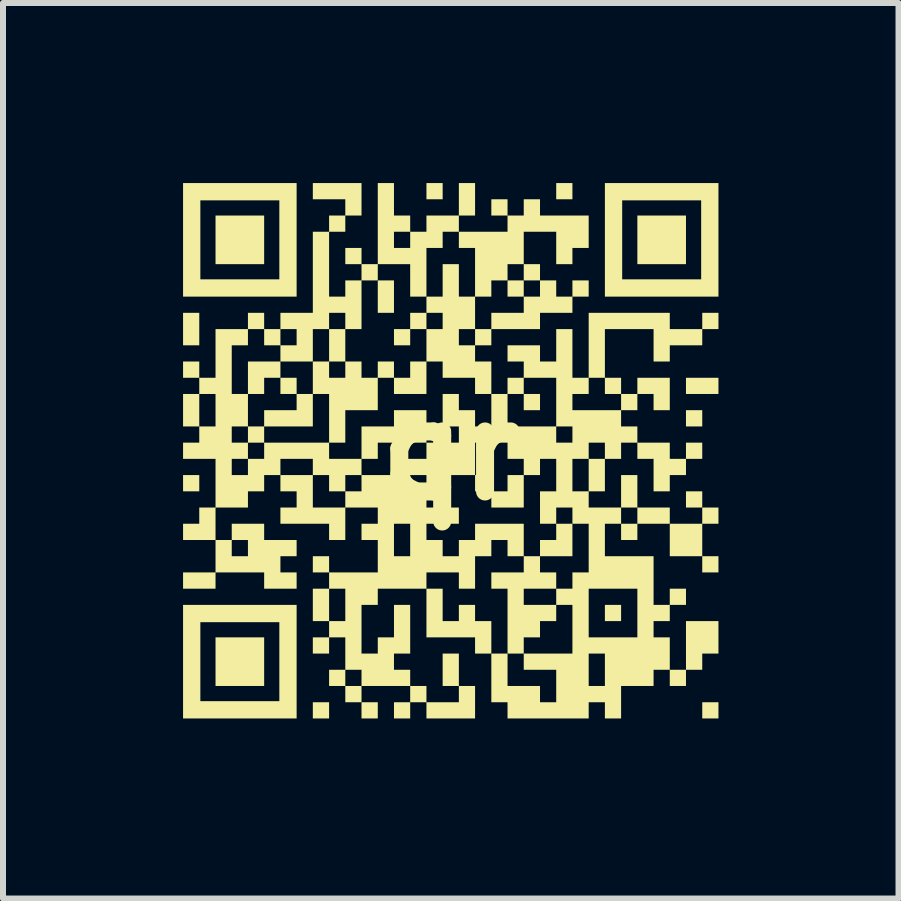
<source format=kicad_pcb>
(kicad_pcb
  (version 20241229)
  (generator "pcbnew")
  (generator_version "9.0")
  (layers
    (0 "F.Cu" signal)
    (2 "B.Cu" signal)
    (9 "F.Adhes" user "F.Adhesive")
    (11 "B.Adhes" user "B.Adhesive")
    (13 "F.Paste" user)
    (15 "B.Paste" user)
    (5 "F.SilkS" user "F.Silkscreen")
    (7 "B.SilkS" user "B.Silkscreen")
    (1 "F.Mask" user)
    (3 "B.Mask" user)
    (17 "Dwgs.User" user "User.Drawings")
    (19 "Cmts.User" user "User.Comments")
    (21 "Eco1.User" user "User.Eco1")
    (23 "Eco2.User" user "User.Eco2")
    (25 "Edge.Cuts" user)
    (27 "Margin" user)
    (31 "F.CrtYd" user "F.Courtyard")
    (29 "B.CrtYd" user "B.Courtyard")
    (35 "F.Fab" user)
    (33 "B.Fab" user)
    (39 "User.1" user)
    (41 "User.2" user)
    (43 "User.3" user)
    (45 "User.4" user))
  (footprint "qr"
    (layer "F.Cu")
    (at 4.46 4.46)
    (property "Reference" "qr" (at 0 0 0) (layer "F.SilkS") (effects (font (size 1.5 1.5) (thickness 0.3))))
    (attr board_only exclude_from_pos_files exclude_from_bom)
    (fp_poly (pts (xy -4.19 -2.027) (xy -4.19 -1.757) (xy -4.325 -1.757) (xy -4.46 -1.757) (xy -4.46 -2.027) (xy -4.46 -2.298) (xy -4.325 -2.298) (xy -4.19 -2.298)) (stroke (width 0) (type solid)) (fill yes) (layer "F.SilkS"))
    (fp_poly (pts (xy -4.19 0.541) (xy -4.19 0.676) (xy -4.325 0.676) (xy -4.46 0.676) (xy -4.46 0.541) (xy -4.46 0.405) (xy -4.325 0.405) (xy -4.19 0.405)) (stroke (width 0) (type solid)) (fill yes) (layer "F.SilkS"))
    (fp_poly (pts (xy -3.109 -3.514) (xy -3.109 -3.109) (xy -3.514 -3.109) (xy -3.919 -3.109) (xy -3.919 -3.514) (xy -3.919 -3.919) (xy -3.514 -3.919) (xy -3.109 -3.919)) (stroke (width 0) (type solid)) (fill yes) (layer "F.SilkS"))
    (fp_poly (pts (xy -3.109 3.514) (xy -3.109 3.919) (xy -3.514 3.919) (xy -3.919 3.919) (xy -3.919 3.514) (xy -3.919 3.109) (xy -3.514 3.109) (xy -3.109 3.109)) (stroke (width 0) (type solid)) (fill yes) (layer "F.SilkS"))
    (fp_poly (pts (xy -2.027 4.325) (xy -2.027 4.46) (xy -2.162 4.46) (xy -2.298 4.46) (xy -2.298 4.325) (xy -2.298 4.19) (xy -2.162 4.19) (xy -2.027 4.19)) (stroke (width 0) (type solid)) (fill yes) (layer "F.SilkS"))
    (fp_poly (pts (xy -1.216 4.325) (xy -1.216 4.46) (xy -1.352 4.46) (xy -1.487 4.46) (xy -1.487 4.325) (xy -1.487 4.19) (xy -1.352 4.19) (xy -1.216 4.19)) (stroke (width 0) (type solid)) (fill yes) (layer "F.SilkS"))
    (fp_poly (pts (xy -0.946 -2.568) (xy -0.946 -2.298) (xy -1.081 -2.298) (xy -1.216 -2.298) (xy -1.216 -2.568) (xy -1.216 -2.838) (xy -1.081 -2.838) (xy -0.946 -2.838)) (stroke (width 0) (type solid)) (fill yes) (layer "F.SilkS"))
    (fp_poly (pts (xy -0.135 -4.325) (xy -0.135 -4.19) (xy -0.27 -4.19) (xy -0.405 -4.19) (xy -0.405 -4.325) (xy -0.405 -4.46) (xy -0.27 -4.46) (xy -0.135 -4.46)) (stroke (width 0) (type solid)) (fill yes) (layer "F.SilkS"))
    (fp_poly (pts (xy 0.135 3.649) (xy 0.135 3.919) (xy 0 3.919) (xy -0.135 3.919) (xy -0.135 3.649) (xy -0.135 3.379) (xy 0 3.379) (xy 0.135 3.379)) (stroke (width 0) (type solid)) (fill yes) (layer "F.SilkS"))
    (fp_poly (pts (xy 1.216 -2.703) (xy 1.216 -2.568) (xy 1.081 -2.568) (xy 0.946 -2.568) (xy 0.946 -2.703) (xy 0.946 -2.838) (xy 1.081 -2.838) (xy 1.216 -2.838)) (stroke (width 0) (type solid)) (fill yes) (layer "F.SilkS"))
    (fp_poly (pts (xy 1.487 -2.973) (xy 1.487 -2.838) (xy 1.352 -2.838) (xy 1.216 -2.838) (xy 1.216 -2.973) (xy 1.216 -3.109) (xy 1.352 -3.109) (xy 1.487 -3.109)) (stroke (width 0) (type solid)) (fill yes) (layer "F.SilkS"))
    (fp_poly (pts (xy 1.487 -0.811) (xy 1.487 -0.676) (xy 1.352 -0.676) (xy 1.216 -0.676) (xy 1.216 -0.811) (xy 1.216 -0.946) (xy 1.352 -0.946) (xy 1.487 -0.946)) (stroke (width 0) (type solid)) (fill yes) (layer "F.SilkS"))
    (fp_poly (pts (xy 2.027 -4.325) (xy 2.027 -4.19) (xy 1.892 -4.19) (xy 1.757 -4.19) (xy 1.757 -4.325) (xy 1.757 -4.46) (xy 1.892 -4.46) (xy 2.027 -4.46)) (stroke (width 0) (type solid)) (fill yes) (layer "F.SilkS"))
    (fp_poly (pts (xy 2.838 2.703) (xy 2.838 2.838) (xy 2.703 2.838) (xy 2.568 2.838) (xy 2.568 2.703) (xy 2.568 2.568) (xy 2.703 2.568) (xy 2.838 2.568)) (stroke (width 0) (type solid)) (fill yes) (layer "F.SilkS"))
    (fp_poly (pts (xy 3.919 -3.514) (xy 3.919 -3.109) (xy 3.514 -3.109) (xy 3.109 -3.109) (xy 3.109 -3.514) (xy 3.109 -3.919) (xy 3.514 -3.919) (xy 3.919 -3.919)) (stroke (width 0) (type solid)) (fill yes) (layer "F.SilkS"))
    (fp_poly (pts (xy 4.19 -0.541) (xy 4.19 -0.405) (xy 4.055 -0.405) (xy 3.919 -0.405) (xy 3.919 -0.541) (xy 3.919 -0.676) (xy 4.055 -0.676) (xy 4.19 -0.676)) (stroke (width 0) (type solid)) (fill yes) (layer "F.SilkS"))
    (fp_poly (pts (xy 4.19 0.811) (xy 4.19 0.946) (xy 4.055 0.946) (xy 3.919 0.946) (xy 3.919 0.811) (xy 3.919 0.676) (xy 4.055 0.676) (xy 4.19 0.676)) (stroke (width 0) (type solid)) (fill yes) (layer "F.SilkS"))
    (fp_poly (pts (xy 4.46 -1.081) (xy 4.46 -0.946) (xy 4.19 -0.946) (xy 3.919 -0.946) (xy 3.919 -1.081) (xy 3.919 -1.216) (xy 4.19 -1.216) (xy 4.46 -1.216)) (stroke (width 0) (type solid)) (fill yes) (layer "F.SilkS"))
    (fp_poly (pts (xy 4.46 1.892) (xy 4.46 2.027) (xy 4.325 2.027) (xy 4.19 2.027) (xy 4.19 1.892) (xy 4.19 1.757) (xy 4.325 1.757) (xy 4.46 1.757)) (stroke (width 0) (type solid)) (fill yes) (layer "F.SilkS"))
    (fp_poly (pts (xy 4.46 4.325) (xy 4.46 4.46) (xy 4.325 4.46) (xy 4.19 4.46) (xy 4.19 4.325) (xy 4.19 4.19) (xy 4.325 4.19) (xy 4.46 4.19)) (stroke (width 0) (type solid)) (fill yes) (layer "F.SilkS"))
    (fp_poly (pts (xy -2.838 -1.352) (xy -2.838 -1.216) (xy -2.973 -1.216) (xy -3.109 -1.216) (xy -3.109 -1.081) (xy -3.109 -0.946) (xy -3.244 -0.946) (xy -3.379 -0.946) (xy -3.379 -1.216) (xy -3.379 -1.487) (xy -3.109 -1.487) (xy -2.838 -1.487)) (stroke (width 0) (type solid)) (fill yes) (layer "F.SilkS"))
    (fp_poly (pts (xy -0.405 -2.162) (xy -0.405 -2.027) (xy -0.541 -2.027) (xy -0.676 -2.027) (xy -0.676 -1.892) (xy -0.676 -1.757) (xy -0.811 -1.757) (xy -0.946 -1.757) (xy -0.946 -1.892) (xy -0.946 -2.027) (xy -0.811 -2.027) (xy -0.676 -2.027) (xy -0.676 -2.162) (xy -0.676 -2.298) (xy -0.541 -2.298) (xy -0.405 -2.298)) (stroke (width 0) (type solid)) (fill yes) (layer "F.SilkS"))
    (fp_poly (pts (xy -0.405 -0.405) (xy -0.405 -0.135) (xy -0.811 -0.135) (xy -1.216 -0.135) (xy -1.216 0) (xy -1.216 0.135) (xy -1.352 0.135) (xy -1.487 0.135) (xy -1.487 -0.135) (xy -1.487 -0.405) (xy -1.216 -0.405) (xy -0.946 -0.405) (xy -0.946 -0.541) (xy -0.946 -0.676) (xy -0.676 -0.676) (xy -0.405 -0.676)) (stroke (width 0) (type solid)) (fill yes) (layer "F.SilkS"))
    (fp_poly (pts (xy -2.568 -3.514) (xy -2.568 -2.568) (xy -3.514 -2.568) (xy -4.46 -2.568) (xy -4.46 -3.514) (xy -4.172 -3.514) (xy -4.172 -2.856) (xy -3.514 -2.856) (xy -2.856 -2.856) (xy -2.856 -3.514) (xy -2.856 -4.172) (xy -3.514 -4.172) (xy -4.172 -4.172) (xy -4.172 -3.514) (xy -4.46 -3.514) (xy -4.46 -4.46) (xy -3.514 -4.46) (xy -2.568 -4.46)) (stroke (width 0) (type solid)) (fill yes) (layer "F.SilkS"))
    (fp_poly (pts (xy -2.568 3.514) (xy -2.568 4.46) (xy -3.514 4.46) (xy -4.46 4.46) (xy -4.46 3.514) (xy -4.172 3.514) (xy -4.172 4.172) (xy -3.514 4.172) (xy -2.856 4.172) (xy -2.856 3.514) (xy -2.856 2.856) (xy -3.514 2.856) (xy -4.172 2.856) (xy -4.172 3.514) (xy -4.46 3.514) (xy -4.46 2.568) (xy -3.514 2.568) (xy -2.568 2.568)) (stroke (width 0) (type solid)) (fill yes) (layer "F.SilkS"))
    (fp_poly (pts (xy 4.46 -3.514) (xy 4.46 -2.568) (xy 3.514 -2.568) (xy 2.568 -2.568) (xy 2.568 -3.514) (xy 2.856 -3.514) (xy 2.856 -2.856) (xy 3.514 -2.856) (xy 4.172 -2.856) (xy 4.172 -3.514) (xy 4.172 -4.172) (xy 3.514 -4.172) (xy 2.856 -4.172) (xy 2.856 -3.514) (xy 2.568 -3.514) (xy 2.568 -4.46) (xy 3.514 -4.46) (xy 4.46 -4.46)) (stroke (width 0) (type solid)) (fill yes) (layer "F.SilkS"))
    (fp_poly (pts (xy 0.676 0.541) (xy 0.676 0.676) (xy 0.811 0.676) (xy 0.946 0.676) (xy 0.946 0.541) (xy 0.946 0.405) (xy 1.081 0.405) (xy 1.216 0.405) (xy 1.216 0.676) (xy 1.216 0.946) (xy 0.946 0.946) (xy 0.676 0.946) (xy 0.676 0.811) (xy 0.676 0.676) (xy 0.541 0.676) (xy 0.405 0.676) (xy 0.405 0.541) (xy 0.405 0.405) (xy 0.541 0.405) (xy 0.676 0.405)) (stroke (width 0) (type solid)) (fill yes) (layer "F.SilkS"))
    (fp_poly (pts (xy -0.135 2.568) (xy -0.135 2.838) (xy 0 2.838) (xy 0.135 2.838) (xy 0.135 2.703) (xy 0.135 2.568) (xy 0.27 2.568) (xy 0.405 2.568) (xy 0.405 2.703) (xy 0.405 2.838) (xy 0.541 2.838) (xy 0.676 2.838) (xy 0.676 3.109) (xy 0.676 3.379) (xy 0.541 3.379) (xy 0.405 3.379) (xy 0.405 3.244) (xy 0.405 3.109) (xy 0 3.109) (xy -0.405 3.109) (xy -0.405 2.703) (xy -0.405 2.298) (xy -0.27 2.298) (xy -0.135 2.298)) (stroke (width 0) (type solid)) (fill yes) (layer "F.SilkS"))
    (fp_poly (pts (xy -0.405 4.055) (xy -0.405 4.19) (xy -0.135 4.19) (xy 0.135 4.19) (xy 0.135 4.055) (xy 0.135 3.919) (xy 0.27 3.919) (xy 0.405 3.919) (xy 0.405 4.19) (xy 0.405 4.46) (xy 0 4.46) (xy -0.405 4.46) (xy -0.405 4.325) (xy -0.405 4.19) (xy -0.541 4.19) (xy -0.676 4.19) (xy -0.676 4.325) (xy -0.676 4.46) (xy -0.811 4.46) (xy -0.946 4.46) (xy -0.946 4.325) (xy -0.946 4.19) (xy -0.811 4.19) (xy -0.676 4.19) (xy -0.676 4.055) (xy -0.676 3.919) (xy -0.541 3.919) (xy -0.405 3.919)) (stroke (width 0) (type solid)) (fill yes) (layer "F.SilkS"))
    (fp_poly (pts (xy 3.649 0) (xy 3.649 0.135) (xy 3.784 0.135) (xy 3.919 0.135) (xy 3.919 0) (xy 3.919 -0.135) (xy 4.055 -0.135) (xy 4.19 -0.135) (xy 4.19 0) (xy 4.19 0.135) (xy 4.055 0.135) (xy 3.919 0.135) (xy 3.919 0.27) (xy 3.919 0.405) (xy 3.784 0.405) (xy 3.649 0.405) (xy 3.649 0.541) (xy 3.649 0.676) (xy 3.514 0.676) (xy 3.379 0.676) (xy 3.379 0.405) (xy 3.379 0.135) (xy 3.244 0.135) (xy 3.109 0.135) (xy 3.109 0) (xy 3.109 -0.135) (xy 3.379 -0.135) (xy 3.649 -0.135)) (stroke (width 0) (type solid)) (fill yes) (layer "F.SilkS"))
    (fp_poly (pts (xy 2.027 1.487) (xy 2.027 1.757) (xy 1.757 1.757) (xy 1.487 1.757) (xy 1.487 1.892) (xy 1.487 2.027) (xy 1.622 2.027) (xy 1.757 2.027) (xy 1.757 2.162) (xy 1.757 2.298) (xy 1.487 2.298) (xy 1.216 2.298) (xy 1.216 2.433) (xy 1.216 2.568) (xy 1.487 2.568) (xy 1.757 2.568) (xy 1.757 2.703) (xy 1.757 2.838) (xy 1.622 2.838) (xy 1.487 2.838) (xy 1.487 2.973) (xy 1.487 3.109) (xy 1.352 3.109) (xy 1.216 3.109) (xy 1.216 3.244) (xy 1.216 3.379) (xy 1.081 3.379) (xy 0.946 3.379) (xy 0.946 2.838) (xy 0.946 2.298) (xy 0.811 2.298) (xy 0.676 2.298) (xy 0.676 2.162) (xy 0.676 2.027) (xy 0.946 2.027) (xy 1.216 2.027) (xy 1.216 1.892) (xy 1.216 1.757) (xy 1.352 1.757) (xy 1.487 1.757) (xy 1.487 1.622) (xy 1.487 1.487) (xy 1.622 1.487) (xy 1.757 1.487) (xy 1.757 1.352) (xy 1.757 1.216) (xy 1.892 1.216) (xy 2.027 1.216)) (stroke (width 0) (type solid)) (fill yes) (layer "F.SilkS"))
    (fp_poly (pts (xy -1.757 -1.757) (xy -1.757 -1.487) (xy -1.892 -1.487) (xy -2.027 -1.487) (xy -2.027 -1.352) (xy -2.027 -1.216) (xy -1.892 -1.216) (xy -1.757 -1.216) (xy -1.757 -1.352) (xy -1.757 -1.487) (xy -1.622 -1.487) (xy -1.487 -1.487) (xy -1.487 -1.352) (xy -1.487 -1.216) (xy -1.352 -1.216) (xy -1.216 -1.216) (xy -1.216 -1.352) (xy -1.216 -1.487) (xy -1.081 -1.487) (xy -0.946 -1.487) (xy -0.946 -1.352) (xy -0.946 -1.216) (xy -0.811 -1.216) (xy -0.676 -1.216) (xy -0.676 -1.352) (xy -0.676 -1.487) (xy -0.541 -1.487) (xy -0.405 -1.487) (xy -0.405 -1.216) (xy -0.405 -0.946) (xy -0.676 -0.946) (xy -0.946 -0.946) (xy -0.946 -1.081) (xy -0.946 -1.216) (xy -1.081 -1.216) (xy -1.216 -1.216) (xy -1.216 -0.946) (xy -1.216 -0.676) (xy -1.487 -0.676) (xy -1.757 -0.676) (xy -1.757 -0.405) (xy -1.757 -0.135) (xy -1.892 -0.135) (xy -2.027 -0.135) (xy -2.027 -0.541) (xy -2.027 -0.946) (xy -2.162 -0.946) (xy -2.298 -0.946) (xy -2.298 -0.676) (xy -2.298 -0.405) (xy -2.703 -0.405) (xy -3.109 -0.405) (xy -3.109 -0.27) (xy -3.109 -0.135) (xy -3.244 -0.135) (xy -3.379 -0.135) (xy -3.379 -0.27) (xy -3.379 -0.405) (xy -3.244 -0.405) (xy -3.109 -0.405) (xy -3.109 -0.541) (xy -3.109 -0.676) (xy -2.838 -0.676) (xy -2.568 -0.676) (xy -2.568 -0.811) (xy -2.568 -0.946) (xy -2.703 -0.946) (xy -2.838 -0.946) (xy -2.838 -1.081) (xy -2.838 -1.216) (xy -2.703 -1.216) (xy -2.568 -1.216) (xy -2.568 -1.081) (xy -2.568 -0.946) (xy -2.433 -0.946) (xy -2.298 -0.946) (xy -2.298 -1.216) (xy -2.298 -1.487) (xy -2.162 -1.487) (xy -2.027 -1.487) (xy -2.027 -1.757) (xy -2.027 -2.027) (xy -1.892 -2.027) (xy -1.757 -2.027)) (stroke (width 0) (type solid)) (fill yes) (layer "F.SilkS"))
    (fp_poly (pts (xy -1.487 -4.19) (xy -1.487 -3.919) (xy -1.622 -3.919) (xy -1.757 -3.919) (xy -1.757 -3.784) (xy -1.757 -3.649) (xy -1.892 -3.649) (xy -2.027 -3.649) (xy -2.027 -3.109) (xy -2.027 -2.568) (xy -1.892 -2.568) (xy -1.757 -2.568) (xy -1.757 -2.703) (xy -1.757 -2.838) (xy -1.622 -2.838) (xy -1.487 -2.838) (xy -1.487 -2.973) (xy -1.487 -3.109) (xy -1.622 -3.109) (xy -1.757 -3.109) (xy -1.757 -3.244) (xy -1.757 -3.379) (xy -1.622 -3.379) (xy -1.487 -3.379) (xy -1.487 -3.244) (xy -1.487 -3.109) (xy -1.352 -3.109) (xy -1.216 -3.109) (xy -1.216 -3.514) (xy -0.946 -3.514) (xy -0.946 -3.379) (xy -0.811 -3.379) (xy -0.676 -3.379) (xy -0.676 -3.514) (xy -0.676 -3.649) (xy -0.811 -3.649) (xy -0.946 -3.649) (xy -0.946 -3.514) (xy -1.216 -3.514) (xy -1.216 -3.784) (xy -1.216 -4.46) (xy -1.081 -4.46) (xy -0.946 -4.46) (xy -0.946 -4.19) (xy -0.946 -3.919) (xy -0.811 -3.919) (xy -0.676 -3.919) (xy -0.676 -3.784) (xy -0.676 -3.649) (xy -0.541 -3.649) (xy -0.405 -3.649) (xy -0.405 -3.784) (xy -0.405 -3.919) (xy -0.135 -3.919) (xy 0.135 -3.919) (xy 0.135 -4.19) (xy 0.135 -4.46) (xy 0.27 -4.46) (xy 0.405 -4.46) (xy 0.405 -4.19) (xy 0.405 -3.919) (xy 0.27 -3.919) (xy 0.135 -3.919) (xy 0.135 -3.784) (xy 0.135 -3.649) (xy 0.541 -3.649) (xy 0.946 -3.649) (xy 0.946 -3.784) (xy 0.946 -3.919) (xy 0.811 -3.919) (xy 0.676 -3.919) (xy 0.676 -4.055) (xy 0.676 -4.19) (xy 0.811 -4.19) (xy 0.946 -4.19) (xy 0.946 -4.055) (xy 0.946 -3.919) (xy 1.081 -3.919) (xy 1.216 -3.919) (xy 1.216 -4.055) (xy 1.216 -4.19) (xy 1.352 -4.19) (xy 1.487 -4.19) (xy 1.487 -4.055) (xy 1.487 -3.919) (xy 1.892 -3.919) (xy 2.298 -3.919) (xy 2.298 -3.649) (xy 2.298 -3.379) (xy 2.162 -3.379) (xy 2.027 -3.379) (xy 2.027 -3.244) (xy 2.027 -3.109) (xy 1.892 -3.109) (xy 1.757 -3.109) (xy 1.757 -3.379) (xy 1.757 -3.649) (xy 1.487 -3.649) (xy 1.216 -3.649) (xy 1.216 -3.379) (xy 1.216 -3.109) (xy 1.081 -3.109) (xy 0.946 -3.109) (xy 0.946 -2.973) (xy 0.946 -2.838) (xy 0.811 -2.838) (xy 0.676 -2.838) (xy 0.676 -2.703) (xy 0.676 -2.568) (xy 0.541 -2.568) (xy 0.405 -2.568) (xy 0.405 -2.973) (xy 0.405 -3.379) (xy 0.27 -3.379) (xy 0.135 -3.379) (xy 0.135 -3.514) (xy 0.135 -3.649) (xy 0 -3.649) (xy -0.135 -3.649) (xy -0.135 -3.514) (xy -0.135 -3.379) (xy -0.27 -3.379) (xy -0.405 -3.379) (xy -0.405 -2.973) (xy -0.405 -2.568) (xy -0.541 -2.568) (xy -0.676 -2.568) (xy -0.676 -2.838) (xy -0.676 -3.109) (xy -0.946 -3.109) (xy -1.216 -3.109) (xy -1.216 -2.973) (xy -1.216 -2.838) (xy -1.352 -2.838) (xy -1.487 -2.838) (xy -1.487 -2.433) (xy -1.487 -2.027) (xy -1.622 -2.027) (xy -1.757 -2.027) (xy -1.757 -2.162) (xy -1.757 -2.298) (xy -1.892 -2.298) (xy -2.027 -2.298) (xy -2.027 -2.162) (xy -2.027 -2.027) (xy -2.162 -2.027) (xy -2.298 -2.027) (xy -2.298 -1.757) (xy -2.298 -1.487) (xy -2.568 -1.487) (xy -2.838 -1.487) (xy -2.838 -1.622) (xy -2.838 -1.757) (xy -2.703 -1.757) (xy -2.568 -1.757) (xy -2.568 -1.892) (xy -2.568 -2.027) (xy -2.703 -2.027) (xy -2.838 -2.027) (xy -2.838 -1.892) (xy -2.838 -1.757) (xy -2.973 -1.757) (xy -3.109 -1.757) (xy -3.109 -1.892) (xy -3.109 -2.027) (xy -3.244 -2.027) (xy -3.379 -2.027) (xy -3.379 -1.892) (xy -3.379 -1.757) (xy -3.514 -1.757) (xy -3.649 -1.757) (xy -3.649 -1.352) (xy -3.649 -0.946) (xy -3.514 -0.946) (xy -3.379 -0.946) (xy -3.379 -0.676) (xy -3.379 -0.405) (xy -3.514 -0.405) (xy -3.649 -0.405) (xy -3.649 -0.27) (xy -3.649 -0.135) (xy -3.514 -0.135) (xy -3.379 -0.135) (xy -3.379 0) (xy -3.379 0.135) (xy -3.514 0.135) (xy -3.649 0.135) (xy -3.649 0.27) (xy -3.649 0.405) (xy -3.514 0.405) (xy -3.379 0.405) (xy -3.379 0.27) (xy -2.838 0.27) (xy -2.838 0.405) (xy -2.568 0.405) (xy -2.298 0.405) (xy -2.298 0.27) (xy -2.298 0.135) (xy -2.568 0.135) (xy -2.838 0.135) (xy -2.838 0.27) (xy -3.379 0.27) (xy -3.379 0.135) (xy -3.244 0.135) (xy -3.109 0.135) (xy -3.109 0) (xy -3.109 -0.135) (xy -2.568 -0.135) (xy -2.027 -0.135) (xy -2.027 0) (xy -2.027 0.135) (xy -1.757 0.135) (xy -1.487 0.135) (xy -1.487 0.27) (xy -1.487 0.405) (xy -1.622 0.405) (xy -1.757 0.405) (xy -1.757 0.541) (xy -1.757 0.676) (xy -1.892 0.676) (xy -2.027 0.676) (xy -2.027 0.541) (xy -2.027 0.405) (xy -2.162 0.405) (xy -2.298 0.405) (xy -2.298 0.676) (xy -2.298 0.946) (xy -2.027 0.946) (xy -1.757 0.946) (xy -1.757 0.811) (xy -1.757 0.676) (xy -1.622 0.676) (xy -1.487 0.676) (xy -1.487 0.541) (xy -1.487 0.405) (xy -1.216 0.405) (xy -0.946 0.405) (xy -0.946 0.27) (xy -0.946 0.135) (xy -0.676 0.135) (xy -0.405 0.135) (xy -0.405 0) (xy -0.405 -0.135) (xy -0.135 -0.135) (xy 0.135 -0.135) (xy 0.135 -0.27) (xy 1.757 -0.27) (xy 1.757 -0.135) (xy 1.892 -0.135) (xy 2.027 -0.135) (xy 2.027 -0.27) (xy 2.027 -0.405) (xy 1.892 -0.405) (xy 1.757 -0.405) (xy 1.757 -0.27) (xy 0.135 -0.27) (xy 0.135 -0.405) (xy 0 -0.405) (xy -0.135 -0.405) (xy -0.135 -0.676) (xy -0.135 -0.946) (xy 0 -0.946) (xy 0.135 -0.946) (xy 0.135 -0.811) (xy 0.135 -0.676) (xy 0.27 -0.676) (xy 0.405 -0.676) (xy 0.405 -0.541) (xy 0.405 -0.405) (xy 0.541 -0.405) (xy 0.676 -0.405) (xy 0.676 -0.676) (xy 0.676 -0.946) (xy 0.541 -0.946) (xy 0.405 -0.946) (xy 0.405 -1.081) (xy 0.405 -1.216) (xy 0.135 -1.216) (xy -0.135 -1.216) (xy -0.135 -1.352) (xy -0.135 -1.487) (xy -0.27 -1.487) (xy -0.405 -1.487) (xy -0.405 -1.757) (xy -0.405 -2.027) (xy -0.27 -2.027) (xy -0.135 -2.027) (xy -0.135 -2.162) (xy -0.135 -2.298) (xy -0.27 -2.298) (xy -0.405 -2.298) (xy -0.405 -2.433) (xy -0.405 -2.568) (xy -0.27 -2.568) (xy -0.135 -2.568) (xy -0.135 -2.838) (xy -0.135 -3.109) (xy 0 -3.109) (xy 0.135 -3.109) (xy 0.135 -2.838) (xy 0.135 -2.568) (xy 0.27 -2.568) (xy 0.405 -2.568) (xy 0.405 -2.298) (xy 0.405 -2.027) (xy 0.27 -2.027) (xy 0.135 -2.027) (xy 0.135 -1.892) (xy 0.135 -1.757) (xy 0.27 -1.757) (xy 0.405 -1.757) (xy 0.405 -1.892) (xy 0.405 -2.027) (xy 0.541 -2.027) (xy 0.676 -2.027) (xy 0.676 -2.162) (xy 0.676 -2.298) (xy 0.946 -2.298) (xy 1.216 -2.298) (xy 1.216 -2.433) (xy 1.216 -2.568) (xy 1.352 -2.568) (xy 1.487 -2.568) (xy 1.487 -2.703) (xy 1.487 -2.838) (xy 1.622 -2.838) (xy 1.757 -2.838) (xy 1.757 -2.703) (xy 1.757 -2.568) (xy 1.892 -2.568) (xy 2.027 -2.568) (xy 2.027 -2.703) (xy 2.027 -2.838) (xy 2.162 -2.838) (xy 2.298 -2.838) (xy 2.298 -2.703) (xy 2.298 -2.568) (xy 2.162 -2.568) (xy 2.027 -2.568) (xy 2.027 -2.433) (xy 2.027 -2.298) (xy 1.757 -2.298) (xy 1.487 -2.298) (xy 1.487 -2.162) (xy 1.487 -2.027) (xy 1.081 -2.027) (xy 0.676 -2.027) (xy 0.676 -1.892) (xy 0.676 -1.757) (xy 0.541 -1.757) (xy 0.405 -1.757) (xy 0.405 -1.622) (xy 0.405 -1.487) (xy 0.541 -1.487) (xy 0.676 -1.487) (xy 0.676 -1.216) (xy 0.676 -0.946) (xy 0.811 -0.946) (xy 0.946 -0.946) (xy 0.946 -0.676) (xy 0.946 -0.405) (xy 1.352 -0.405) (xy 1.757 -0.405) (xy 1.757 -0.811) (xy 1.757 -1.216) (xy 1.487 -1.216) (xy 1.216 -1.216) (xy 1.216 -1.081) (xy 1.216 -0.946) (xy 1.081 -0.946) (xy 0.946 -0.946) (xy 0.946 -1.081) (xy 0.946 -1.216) (xy 1.081 -1.216) (xy 1.216 -1.216) (xy 1.216 -1.352) (xy 1.216 -1.487) (xy 1.081 -1.487) (xy 0.946 -1.487) (xy 0.946 -1.622) (xy 0.946 -1.757) (xy 1.216 -1.757) (xy 1.487 -1.757) (xy 1.487 -1.622) (xy 1.487 -1.487) (xy 1.622 -1.487) (xy 1.757 -1.487) (xy 1.757 -1.757) (xy 1.757 -2.027) (xy 1.892 -2.027) (xy 2.027 -2.027) (xy 2.027 -1.622) (xy 2.027 -1.216) (xy 2.162 -1.216) (xy 2.298 -1.216) (xy 2.298 -1.757) (xy 2.298 -2.298) (xy 2.973 -2.298) (xy 3.649 -2.298) (xy 3.649 -2.162) (xy 3.649 -2.027) (xy 3.919 -2.027) (xy 4.19 -2.027) (xy 4.19 -2.162) (xy 4.19 -2.298) (xy 4.325 -2.298) (xy 4.46 -2.298) (xy 4.46 -2.162) (xy 4.46 -2.027) (xy 4.325 -2.027) (xy 4.19 -2.027) (xy 4.19 -1.892) (xy 4.19 -1.757) (xy 3.919 -1.757) (xy 3.649 -1.757) (xy 3.649 -1.622) (xy 3.649 -1.487) (xy 3.514 -1.487) (xy 3.379 -1.487) (xy 3.379 -1.757) (xy 3.379 -2.027) (xy 2.973 -2.027) (xy 2.568 -2.027) (xy 2.568 -1.622) (xy 2.568 -1.216) (xy 2.433 -1.216) (xy 2.298 -1.216) (xy 2.298 -1.081) (xy 2.298 -0.946) (xy 2.162 -0.946) (xy 2.027 -0.946) (xy 2.027 -0.811) (xy 2.027 -0.676) (xy 2.433 -0.676) (xy 2.838 -0.676) (xy 2.838 -0.811) (xy 2.838 -0.946) (xy 2.703 -0.946) (xy 2.568 -0.946) (xy 2.568 -1.081) (xy 2.568 -1.216) (xy 2.703 -1.216) (xy 2.838 -1.216) (xy 2.838 -1.081) (xy 2.838 -0.946) (xy 2.973 -0.946) (xy 3.109 -0.946) (xy 3.109 -1.081) (xy 3.109 -1.216) (xy 3.379 -1.216) (xy 3.649 -1.216) (xy 3.649 -0.946) (xy 3.649 -0.676) (xy 3.514 -0.676) (xy 3.379 -0.676) (xy 3.379 -0.811) (xy 3.379 -0.946) (xy 3.244 -0.946) (xy 3.109 -0.946) (xy 3.109 -0.811) (xy 3.109 -0.676) (xy 2.973 -0.676) (xy 2.838 -0.676) (xy 2.838 -0.541) (xy 2.838 -0.405) (xy 2.973 -0.405) (xy 3.109 -0.405) (xy 3.109 -0.27) (xy 3.109 -0.135) (xy 2.973 -0.135) (xy 2.838 -0.135) (xy 2.838 0) (xy 2.838 0.135) (xy 2.703 0.135) (xy 2.568 0.135) (xy 2.568 0.405) (xy 2.568 0.676) (xy 2.433 0.676) (xy 2.298 0.676) (xy 2.298 0.811) (xy 2.298 0.946) (xy 2.568 0.946) (xy 2.838 0.946) (xy 2.838 0.676) (xy 2.838 0.405) (xy 2.973 0.405) (xy 3.109 0.405) (xy 3.109 0.676) (xy 3.109 0.946) (xy 2.973 0.946) (xy 2.838 0.946) (xy 2.838 1.081) (xy 2.838 1.216) (xy 2.973 1.216) (xy 3.109 1.216) (xy 3.109 1.081) (xy 3.109 0.946) (xy 3.379 0.946) (xy 3.649 0.946) (xy 3.649 1.081) (xy 3.649 1.216) (xy 3.919 1.216) (xy 4.19 1.216) (xy 4.19 1.081) (xy 4.19 0.946) (xy 4.325 0.946) (xy 4.46 0.946) (xy 4.46 1.081) (xy 4.46 1.216) (xy 4.325 1.216) (xy 4.19 1.216) (xy 4.19 1.487) (xy 4.19 1.757) (xy 3.919 1.757) (xy 3.649 1.757) (xy 3.649 1.487) (xy 3.649 1.216) (xy 3.379 1.216) (xy 3.109 1.216) (xy 3.109 1.352) (xy 3.109 1.487) (xy 2.973 1.487) (xy 2.838 1.487) (xy 2.838 1.352) (xy 2.838 1.216) (xy 2.703 1.216) (xy 2.568 1.216) (xy 2.568 1.487) (xy 2.568 1.757) (xy 2.973 1.757) (xy 3.379 1.757) (xy 3.379 2.162) (xy 3.379 2.568) (xy 3.514 2.568) (xy 3.649 2.568) (xy 3.649 2.433) (xy 3.649 2.298) (xy 3.784 2.298) (xy 3.919 2.298) (xy 3.919 2.433) (xy 3.919 2.568) (xy 3.784 2.568) (xy 3.649 2.568) (xy 3.649 2.703) (xy 3.649 2.838) (xy 3.514 2.838) (xy 3.379 2.838) (xy 3.379 2.973) (xy 3.379 3.109) (xy 3.514 3.109) (xy 3.649 3.109) (xy 3.649 3.379) (xy 3.649 3.649) (xy 3.784 3.649) (xy 3.919 3.649) (xy 3.919 3.244) (xy 3.919 2.838) (xy 4.19 2.838) (xy 4.46 2.838) (xy 4.46 3.109) (xy 4.46 3.379) (xy 4.325 3.379) (xy 4.19 3.379) (xy 4.19 3.514) (xy 4.19 3.649) (xy 4.055 3.649) (xy 3.919 3.649) (xy 3.919 3.784) (xy 3.919 3.919) (xy 3.784 3.919) (xy 3.649 3.919) (xy 3.649 3.784) (xy 3.649 3.649) (xy 3.514 3.649) (xy 3.379 3.649) (xy 3.379 3.784) (xy 3.379 3.919) (xy 3.109 3.919) (xy 2.838 3.919) (xy 2.838 4.19) (xy 2.838 4.46) (xy 2.703 4.46) (xy 2.568 4.46) (xy 2.568 4.325) (xy 2.568 4.19) (xy 2.433 4.19) (xy 2.298 4.19) (xy 2.298 4.325) (xy 2.298 4.46) (xy 1.622 4.46) (xy 0.946 4.46) (xy 0.946 4.325) (xy 0.946 4.19) (xy 0.811 4.19) (xy 0.676 4.19) (xy 0.676 3.784) (xy 0.676 3.379) (xy 0.811 3.379) (xy 0.946 3.379) (xy 0.946 3.649) (xy 0.946 3.919) (xy 1.216 3.919) (xy 1.487 3.919) (xy 1.487 4.055) (xy 1.487 4.19) (xy 1.622 4.19) (xy 1.757 4.19) (xy 1.757 3.919) (xy 1.757 3.649) (xy 2.298 3.649) (xy 2.298 3.919) (xy 2.433 3.919) (xy 2.568 3.919) (xy 2.568 3.649) (xy 2.568 3.379) (xy 2.433 3.379) (xy 2.298 3.379) (xy 2.298 3.649) (xy 1.757 3.649) (xy 1.487 3.649) (xy 1.216 3.649) (xy 1.216 3.514) (xy 1.216 3.379) (xy 1.622 3.379) (xy 2.027 3.379) (xy 2.027 2.973) (xy 2.027 2.703) (xy 2.298 2.703) (xy 2.298 3.109) (xy 2.703 3.109) (xy 3.109 3.109) (xy 3.109 2.703) (xy 3.109 2.298) (xy 2.703 2.298) (xy 2.298 2.298) (xy 2.298 2.703) (xy 2.027 2.703) (xy 2.027 2.568) (xy 1.892 2.568) (xy 1.757 2.568) (xy 1.757 2.433) (xy 1.757 2.298) (xy 1.892 2.298) (xy 2.027 2.298) (xy 2.027 2.162) (xy 2.027 2.027) (xy 2.162 2.027) (xy 2.298 2.027) (xy 2.298 1.622) (xy 2.298 1.216) (xy 2.162 1.216) (xy 2.027 1.216) (xy 2.027 1.081) (xy 2.027 0.946) (xy 1.892 0.946) (xy 1.757 0.946) (xy 1.757 1.081) (xy 1.757 1.216) (xy 1.622 1.216) (xy 1.487 1.216) (xy 1.487 0.946) (xy 1.487 0.676) (xy 1.622 0.676) (xy 1.757 0.676) (xy 1.757 0.405) (xy 1.757 0.135) (xy 2.027 0.135) (xy 2.027 0.405) (xy 2.027 0.676) (xy 2.162 0.676) (xy 2.298 0.676) (xy 2.298 0.405) (xy 2.298 0.135) (xy 2.433 0.135) (xy 2.568 0.135) (xy 2.568 0) (xy 2.568 -0.135) (xy 2.433 -0.135) (xy 2.298 -0.135) (xy 2.298 0) (xy 2.298 0.135) (xy 2.162 0.135) (xy 2.027 0.135) (xy 1.757 0.135) (xy 1.622 0.135) (xy 1.487 0.135) (xy 1.487 0.27) (xy 1.487 0.405) (xy 1.352 0.405) (xy 1.216 0.405) (xy 1.216 0.27) (xy 1.216 0.135) (xy 1.081 0.135) (xy 0.946 0.135) (xy 0.946 0) (xy 0.946 -0.135) (xy 0.676 -0.135) (xy 0.405 -0.135) (xy 0.405 0.135) (xy 0.405 0.405) (xy 0.135 0.405) (xy -0.135 0.405) (xy -0.135 0.541) (xy -0.135 0.676) (xy -0.27 0.676) (xy -0.405 0.676) (xy -0.405 0.541) (xy -0.405 0.405) (xy -0.541 0.405) (xy -0.676 0.405) (xy -0.676 0.541) (xy -0.676 0.676) (xy -0.541 0.676) (xy -0.405 0.676) (xy -0.405 0.811) (xy -0.405 0.946) (xy -0.135 0.946) (xy 0.135 0.946) (xy 0.135 1.081) (xy 0.135 1.216) (xy -0.135 1.216) (xy -0.405 1.216) (xy -0.405 1.352) (xy -0.405 1.487) (xy -0.27 1.487) (xy -0.135 1.487) (xy -0.135 1.622) (xy -0.135 1.757) (xy 0 1.757) (xy 0.135 1.757) (xy 0.135 1.622) (xy 0.135 1.487) (xy 0.27 1.487) (xy 0.405 1.487) (xy 0.405 1.352) (xy 0.405 1.216) (xy 0.811 1.216) (xy 1.216 1.216) (xy 1.216 1.487) (xy 1.216 1.757) (xy 1.081 1.757) (xy 0.946 1.757) (xy 0.946 1.622) (xy 0.946 1.487) (xy 0.811 1.487) (xy 0.676 1.487) (xy 0.676 1.622) (xy 0.676 1.757) (xy 0.541 1.757) (xy 0.405 1.757) (xy 0.405 2.027) (xy 0.405 2.298) (xy 0.27 2.298) (xy 0.135 2.298) (xy 0.135 2.162) (xy 0.135 2.027) (xy -0.135 2.027) (xy -0.405 2.027) (xy -0.405 2.162) (xy -0.405 2.298) (xy -0.811 2.298) (xy -1.216 2.298) (xy -1.216 2.433) (xy -1.216 2.568) (xy -1.352 2.568) (xy -1.487 2.568) (xy -1.487 2.973) (xy -1.487 3.379) (xy -1.352 3.379) (xy -1.216 3.379) (xy -1.216 3.244) (xy -1.216 3.109) (xy -1.081 3.109) (xy -0.946 3.109) (xy -0.946 2.838) (xy -0.946 2.568) (xy -0.811 2.568) (xy -0.676 2.568) (xy -0.676 2.973) (xy -0.676 3.379) (xy -0.811 3.379) (xy -0.946 3.379) (xy -0.946 3.514) (xy -0.946 3.649) (xy -0.811 3.649) (xy -0.676 3.649) (xy -0.676 3.784) (xy -0.676 3.919) (xy -1.081 3.919) (xy -1.487 3.919) (xy -1.487 4.055) (xy -1.487 4.19) (xy -1.622 4.19) (xy -1.757 4.19) (xy -1.757 4.055) (xy -1.757 3.919) (xy -1.892 3.919) (xy -2.027 3.919) (xy -2.027 3.784) (xy -1.757 3.784) (xy -1.757 3.919) (xy -1.622 3.919) (xy -1.487 3.919) (xy -1.487 3.784) (xy -1.487 3.649) (xy -1.622 3.649) (xy -1.757 3.649) (xy -1.757 3.784) (xy -2.027 3.784) (xy -2.027 3.649) (xy -1.892 3.649) (xy -1.757 3.649) (xy -1.757 3.379) (xy -1.757 3.109) (xy -1.892 3.109) (xy -2.027 3.109) (xy -2.027 3.244) (xy -2.027 3.379) (xy -2.162 3.379) (xy -2.298 3.379) (xy -2.298 3.244) (xy -2.298 3.109) (xy -2.162 3.109) (xy -2.027 3.109) (xy -2.027 2.973) (xy -2.027 2.838) (xy -2.162 2.838) (xy -2.298 2.838) (xy -2.298 2.568) (xy -2.027 2.568) (xy -2.027 2.838) (xy -1.892 2.838) (xy -1.757 2.838) (xy -1.757 2.568) (xy -1.757 2.298) (xy -1.892 2.298) (xy -2.027 2.298) (xy -2.027 2.568) (xy -2.298 2.568) (xy -2.298 2.298) (xy -2.162 2.298) (xy -2.027 2.298) (xy -2.027 2.162) (xy -2.027 2.027) (xy -2.162 2.027) (xy -2.298 2.027) (xy -2.298 1.892) (xy -2.298 1.757) (xy -2.162 1.757) (xy -2.027 1.757) (xy -2.027 1.892) (xy -2.027 2.027) (xy -1.622 2.027) (xy -1.216 2.027) (xy -1.216 1.757) (xy -1.216 1.487) (xy -0.946 1.487) (xy -0.946 1.757) (xy -0.811 1.757) (xy -0.676 1.757) (xy -0.676 1.487) (xy -0.676 1.216) (xy -0.811 1.216) (xy -0.946 1.216) (xy -0.946 1.487) (xy -1.216 1.487) (xy -1.352 1.487) (xy -1.487 1.487) (xy -1.487 1.352) (xy -1.487 1.216) (xy -1.352 1.216) (xy -1.216 1.216) (xy -1.216 1.081) (xy -1.216 0.946) (xy -1.487 0.946) (xy -1.757 0.946) (xy -1.757 1.216) (xy -1.757 1.487) (xy -1.892 1.487) (xy -2.027 1.487) (xy -2.027 1.352) (xy -2.027 1.216) (xy -2.433 1.216) (xy -2.838 1.216) (xy -2.838 1.081) (xy -2.838 0.946) (xy -2.703 0.946) (xy -2.568 0.946) (xy -2.568 0.811) (xy -2.568 0.676) (xy -2.703 0.676) (xy -2.838 0.676) (xy -2.838 0.541) (xy -2.838 0.405) (xy -2.973 0.405) (xy -3.109 0.405) (xy -3.109 0.541) (xy -3.109 0.676) (xy -3.244 0.676) (xy -3.379 0.676) (xy -3.379 0.811) (xy -3.379 0.946) (xy -3.649 0.946) (xy -3.919 0.946) (xy -3.919 1.216) (xy -3.919 1.487) (xy -3.784 1.487) (xy -3.649 1.487) (xy -3.649 1.352) (xy -3.649 1.216) (xy -3.379 1.216) (xy -3.109 1.216) (xy -3.109 1.352) (xy -3.109 1.487) (xy -2.838 1.487) (xy -2.568 1.487) (xy -2.568 1.622) (xy -2.568 1.757) (xy -2.703 1.757) (xy -2.838 1.757) (xy -2.838 1.892) (xy -2.838 2.027) (xy -2.703 2.027) (xy -2.568 2.027) (xy -2.568 2.162) (xy -2.568 2.298) (xy -2.838 2.298) (xy -3.109 2.298) (xy -3.109 2.162) (xy -3.109 2.027) (xy -3.514 2.027) (xy -3.919 2.027) (xy -3.919 2.162) (xy -3.919 2.298) (xy -4.19 2.298) (xy -4.46 2.298) (xy -4.46 2.162) (xy -4.46 2.027) (xy -4.19 2.027) (xy -3.919 2.027) (xy -3.919 1.757) (xy -3.919 1.622) (xy -3.649 1.622) (xy -3.649 1.757) (xy -3.514 1.757) (xy -3.379 1.757) (xy -3.379 1.622) (xy -3.379 1.487) (xy -3.514 1.487) (xy -3.649 1.487) (xy -3.649 1.622) (xy -3.919 1.622) (xy -3.919 1.487) (xy -4.19 1.487) (xy -4.46 1.487) (xy -4.46 1.352) (xy -4.46 1.216) (xy -4.325 1.216) (xy -4.19 1.216) (xy -4.19 1.081) (xy -4.19 0.946) (xy -4.055 0.946) (xy -3.919 0.946) (xy -3.919 0.541) (xy -3.919 0.135) (xy -4.19 0.135) (xy -4.46 0.135) (xy -4.46 0) (xy -4.46 -0.135) (xy -4.325 -0.135) (xy -4.19 -0.135) (xy -4.19 -0.27) (xy -4.19 -0.405) (xy -4.325 -0.405) (xy -4.46 -0.405) (xy -4.46 -0.676) (xy -4.19 -0.676) (xy -4.19 -0.405) (xy -4.055 -0.405) (xy -3.919 -0.405) (xy -3.919 -0.676) (xy -3.919 -0.946) (xy -4.055 -0.946) (xy -4.19 -0.946) (xy -4.19 -0.676) (xy -4.46 -0.676) (xy -4.46 -0.946) (xy -4.325 -0.946) (xy -4.19 -0.946) (xy -4.19 -1.081) (xy -4.19 -1.216) (xy -4.325 -1.216) (xy -4.46 -1.216) (xy -4.46 -1.352) (xy -4.46 -1.487) (xy -4.325 -1.487) (xy -4.19 -1.487) (xy -4.19 -1.352) (xy -4.19 -1.216) (xy -4.055 -1.216) (xy -3.919 -1.216) (xy -3.919 -1.622) (xy -3.919 -2.027) (xy -3.649 -2.027) (xy -3.379 -2.027) (xy -3.379 -2.162) (xy -3.379 -2.298) (xy -3.244 -2.298) (xy -3.109 -2.298) (xy -3.109 -2.162) (xy -3.109 -2.027) (xy -2.973 -2.027) (xy -2.838 -2.027) (xy -2.838 -2.162) (xy -2.838 -2.298) (xy -2.568 -2.298) (xy -2.298 -2.298) (xy -2.298 -2.973) (xy -2.298 -3.649) (xy -2.162 -3.649) (xy -2.027 -3.649) (xy -2.027 -3.784) (xy -2.027 -3.919) (xy -1.892 -3.919) (xy -1.757 -3.919) (xy -1.757 -4.055) (xy -1.757 -4.19) (xy -2.027 -4.19) (xy -2.298 -4.19) (xy -2.298 -4.325) (xy -2.298 -4.46) (xy -1.892 -4.46) (xy -1.487 -4.46)) (stroke (width 0) (type solid)) (fill yes) (layer "F.SilkS")))
  (gr_rect
    (start -3 -3)
    (end 11.92 11.92)
    (stroke (width 0.1) (type default))
    (fill no)
    (layer "Edge.Cuts")))
</source>
